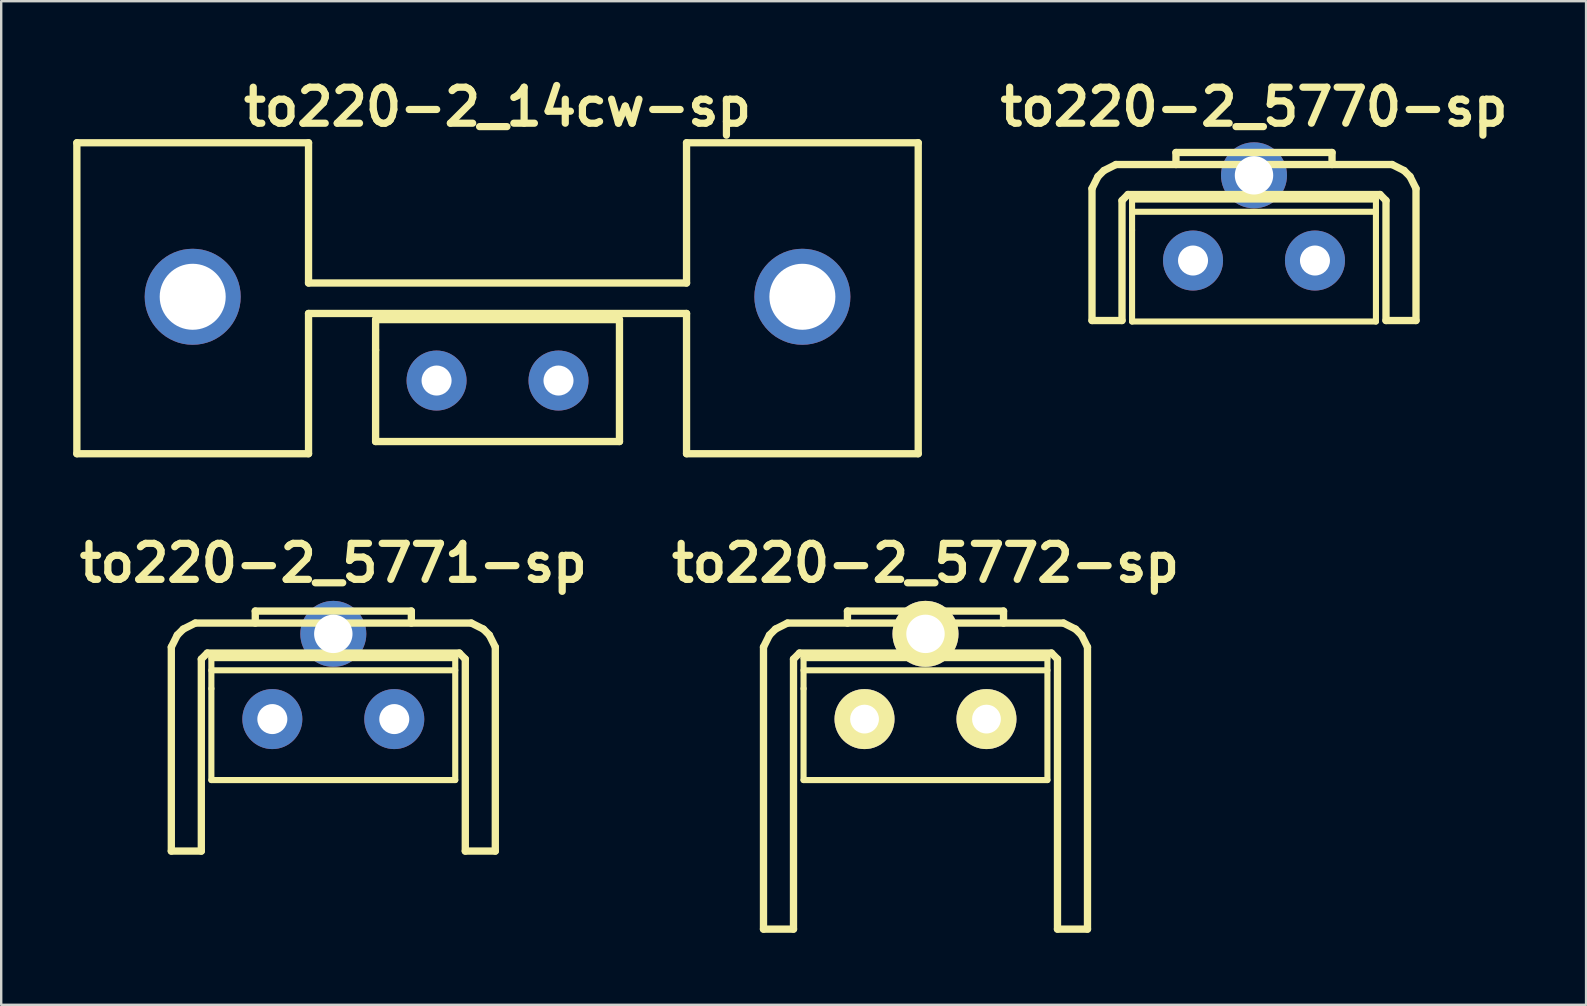
<source format=kicad_pcb>
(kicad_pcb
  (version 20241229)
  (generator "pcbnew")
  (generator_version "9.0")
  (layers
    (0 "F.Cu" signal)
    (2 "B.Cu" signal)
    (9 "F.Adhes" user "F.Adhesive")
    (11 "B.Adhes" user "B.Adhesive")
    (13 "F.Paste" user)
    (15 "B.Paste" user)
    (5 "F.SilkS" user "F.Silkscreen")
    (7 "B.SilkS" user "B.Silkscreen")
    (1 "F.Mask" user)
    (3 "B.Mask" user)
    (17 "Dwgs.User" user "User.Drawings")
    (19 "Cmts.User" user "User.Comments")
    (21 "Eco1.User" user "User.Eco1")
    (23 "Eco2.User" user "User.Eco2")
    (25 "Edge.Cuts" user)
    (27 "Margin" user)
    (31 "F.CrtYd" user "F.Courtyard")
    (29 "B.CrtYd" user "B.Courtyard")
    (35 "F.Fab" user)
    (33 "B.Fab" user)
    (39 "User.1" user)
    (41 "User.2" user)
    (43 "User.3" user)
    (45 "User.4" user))
  (footprint "to220-2_5770-sp"
    (layer "F.Cu")
    (at 49.193 7.804)
    (property "Reference" "to220-2_5770-sp" (at 0 -6.4 0) (layer "F.SilkS") (effects (font (size 1.5 1.5) (thickness 0.3))))
    (attr through_hole)
    (fp_line (start -6.749 -3) (end -6.5 -3.5) (stroke (width 0.305) (type solid)) (layer "F.SilkS"))
    (fp_line (start -6.749 2.499) (end -6.749 -3) (stroke (width 0.305) (type solid)) (layer "F.SilkS"))
    (fp_line (start -6.5 -3.5) (end -6.251 -3.749) (stroke (width 0.305) (type solid)) (layer "F.SilkS"))
    (fp_line (start -6.251 -3.749) (end -5.751 -4) (stroke (width 0.305) (type solid)) (layer "F.SilkS"))
    (fp_line (start -5.499 -2.499) (end -5.499 2.499) (stroke (width 0.305) (type solid)) (layer "F.SilkS"))
    (fp_line (start -5.499 -2.499) (end -5.25 -2.751) (stroke (width 0.305) (type solid)) (layer "F.SilkS"))
    (fp_line (start -5.499 2.499) (end -6.749 2.499) (stroke (width 0.305) (type solid)) (layer "F.SilkS"))
    (fp_line (start -5.25 -2.751) (end 5.25 -2.751) (stroke (width 0.305) (type solid)) (layer "F.SilkS"))
    (fp_line (start -5.08 -2.54) (end -5.08 -1.27) (stroke (width 0.254) (type solid)) (layer "F.SilkS"))
    (fp_line (start -5.08 -2.032) (end 5.08 -2.032) (stroke (width 0.254) (type solid)) (layer "F.SilkS"))
    (fp_line (start -5.08 -1.27) (end -5.08 2.54) (stroke (width 0.254) (type solid)) (layer "F.SilkS"))
    (fp_line (start -5.08 2.54) (end 5.08 2.54) (stroke (width 0.254) (type solid)) (layer "F.SilkS"))
    (fp_line (start -3.251 -4.501) (end 3.251 -4.501) (stroke (width 0.305) (type solid)) (layer "F.SilkS"))
    (fp_line (start -3.251 -4) (end -3.251 -4.501) (stroke (width 0.305) (type solid)) (layer "F.SilkS"))
    (fp_line (start 3.251 -4.501) (end 3.251 -4) (stroke (width 0.305) (type solid)) (layer "F.SilkS"))
    (fp_line (start 5.08 -2.54) (end -5.08 -2.54) (stroke (width 0.254) (type solid)) (layer "F.SilkS"))
    (fp_line (start 5.08 2.54) (end 5.08 -2.54) (stroke (width 0.254) (type solid)) (layer "F.SilkS"))
    (fp_line (start 5.25 -2.751) (end 5.499 -2.499) (stroke (width 0.305) (type solid)) (layer "F.SilkS"))
    (fp_line (start 5.499 2.499) (end 5.499 -2.499) (stroke (width 0.305) (type solid)) (layer "F.SilkS"))
    (fp_line (start 5.751 -4) (end -5.751 -4) (stroke (width 0.305) (type solid)) (layer "F.SilkS"))
    (fp_line (start 5.751 -4) (end 6.251 -3.749) (stroke (width 0.305) (type solid)) (layer "F.SilkS"))
    (fp_line (start 6.251 -3.749) (end 6.5 -3.5) (stroke (width 0.305) (type solid)) (layer "F.SilkS"))
    (fp_line (start 6.5 -3.5) (end 6.749 -3) (stroke (width 0.305) (type solid)) (layer "F.SilkS"))
    (fp_line (start 6.749 -3) (end 6.749 2.499) (stroke (width 0.305) (type solid)) (layer "F.SilkS"))
    (fp_line (start 6.749 2.499) (end 5.499 2.499) (stroke (width 0.305) (type solid)) (layer "F.SilkS"))
    (pad "" thru_hole circle (at 0 -3.55) (size 2.75 2.75) (drill 1.6) (layers "*.Cu" "*.Mask"))
    (pad "1" thru_hole circle (at -2.54 0) (size 2.5 2.5) (drill 1.25) (layers "*.Cu" "*.Mask"))
    (pad "2" thru_hole circle (at 2.54 0) (size 2.5 2.5) (drill 1.25) (layers "*.Cu" "*.Mask")))
  (footprint "to220-2_5772-sp"
    (layer "F.Cu")
    (at 35.507 26.908)
    (property "Reference" "to220-2_5772-sp" (at 0 -6.5 0) (layer "F.SilkS") (effects (font (size 1.5 1.5) (thickness 0.3))))
    (attr through_hole)
    (fp_line (start -6.749 -3) (end -6.749 8.75) (stroke (width 0.305) (type solid)) (layer "F.SilkS"))
    (fp_line (start -6.749 -3) (end -6.5 -3.5) (stroke (width 0.305) (type solid)) (layer "F.SilkS"))
    (fp_line (start -6.5 -3.5) (end -6.251 -3.749) (stroke (width 0.305) (type solid)) (layer "F.SilkS"))
    (fp_line (start -6.251 -3.749) (end -5.751 -4) (stroke (width 0.305) (type solid)) (layer "F.SilkS"))
    (fp_line (start -5.499 -2.499) (end -5.25 -2.751) (stroke (width 0.305) (type solid)) (layer "F.SilkS"))
    (fp_line (start -5.499 8.75) (end -6.749 8.75) (stroke (width 0.305) (type solid)) (layer "F.SilkS"))
    (fp_line (start -5.499 8.75) (end -5.499 -2.499) (stroke (width 0.305) (type solid)) (layer "F.SilkS"))
    (fp_line (start -5.25 -2.751) (end 5.25 -2.751) (stroke (width 0.305) (type solid)) (layer "F.SilkS"))
    (fp_line (start -5.08 -2.54) (end -5.08 -1.27) (stroke (width 0.254) (type solid)) (layer "F.SilkS"))
    (fp_line (start -5.08 -2.032) (end 5.08 -2.032) (stroke (width 0.254) (type solid)) (layer "F.SilkS"))
    (fp_line (start -5.08 -1.27) (end -5.08 2.54) (stroke (width 0.254) (type solid)) (layer "F.SilkS"))
    (fp_line (start -5.08 2.54) (end 5.08 2.54) (stroke (width 0.254) (type solid)) (layer "F.SilkS"))
    (fp_line (start -3.251 -4.501) (end 3.251 -4.501) (stroke (width 0.305) (type solid)) (layer "F.SilkS"))
    (fp_line (start -3.251 -4) (end -3.251 -4.501) (stroke (width 0.305) (type solid)) (layer "F.SilkS"))
    (fp_line (start 3.251 -4.501) (end 3.251 -4) (stroke (width 0.305) (type solid)) (layer "F.SilkS"))
    (fp_line (start 5.08 -2.54) (end -5.08 -2.54) (stroke (width 0.254) (type solid)) (layer "F.SilkS"))
    (fp_line (start 5.08 2.54) (end 5.08 -2.54) (stroke (width 0.254) (type solid)) (layer "F.SilkS"))
    (fp_line (start 5.25 -2.751) (end 5.499 -2.499) (stroke (width 0.305) (type solid)) (layer "F.SilkS"))
    (fp_line (start 5.499 -2.499) (end 5.499 8.75) (stroke (width 0.305) (type solid)) (layer "F.SilkS"))
    (fp_line (start 5.751 -4) (end -5.751 -4) (stroke (width 0.305) (type solid)) (layer "F.SilkS"))
    (fp_line (start 5.751 -4) (end 6.251 -3.749) (stroke (width 0.305) (type solid)) (layer "F.SilkS"))
    (fp_line (start 6.251 -3.749) (end 6.5 -3.5) (stroke (width 0.305) (type solid)) (layer "F.SilkS"))
    (fp_line (start 6.5 -3.5) (end 6.749 -3) (stroke (width 0.305) (type solid)) (layer "F.SilkS"))
    (fp_line (start 6.749 -3) (end 6.749 8.75) (stroke (width 0.305) (type solid)) (layer "F.SilkS"))
    (fp_line (start 6.749 8.75) (end 5.499 8.75) (stroke (width 0.305) (type solid)) (layer "F.SilkS"))
    (pad "" thru_hole circle (at 0 -3.55) (size 2.75 2.75) (drill 1.6) (layers "*.Cu" "*.Mask" "F.SilkS"))
    (pad "1" thru_hole circle (at -2.54 0) (size 2.5 2.5) (drill 1.2) (layers "*.Cu" "*.Mask" "F.SilkS"))
    (pad "2" thru_hole circle (at 2.54 0) (size 2.5 2.5) (drill 1.2) (layers "*.Cu" "*.Mask" "F.SilkS")))
  (footprint "to220-2_5771-sp"
    (layer "F.Cu")
    (at 10.836 26.908)
    (property "Reference" "to220-2_5771-sp" (at 0 -6.5 0) (layer "F.SilkS") (effects (font (size 1.5 1.5) (thickness 0.3))))
    (attr through_hole)
    (fp_line (start -6.749 -3) (end -6.749 5.499) (stroke (width 0.305) (type solid)) (layer "F.SilkS"))
    (fp_line (start -6.749 -3) (end -6.5 -3.5) (stroke (width 0.305) (type solid)) (layer "F.SilkS"))
    (fp_line (start -6.5 -3.5) (end -6.251 -3.749) (stroke (width 0.305) (type solid)) (layer "F.SilkS"))
    (fp_line (start -6.251 -3.749) (end -5.751 -4) (stroke (width 0.305) (type solid)) (layer "F.SilkS"))
    (fp_line (start -5.499 -2.499) (end -5.25 -2.751) (stroke (width 0.305) (type solid)) (layer "F.SilkS"))
    (fp_line (start -5.499 5.499) (end -6.749 5.499) (stroke (width 0.305) (type solid)) (layer "F.SilkS"))
    (fp_line (start -5.499 5.499) (end -5.499 -2.499) (stroke (width 0.305) (type solid)) (layer "F.SilkS"))
    (fp_line (start -5.25 -2.751) (end 5.25 -2.751) (stroke (width 0.305) (type solid)) (layer "F.SilkS"))
    (fp_line (start -5.08 -2.54) (end -5.08 -1.27) (stroke (width 0.254) (type solid)) (layer "F.SilkS"))
    (fp_line (start -5.08 -2.032) (end 5.08 -2.032) (stroke (width 0.254) (type solid)) (layer "F.SilkS"))
    (fp_line (start -5.08 -1.27) (end -5.08 2.54) (stroke (width 0.254) (type solid)) (layer "F.SilkS"))
    (fp_line (start -5.08 2.54) (end 5.08 2.54) (stroke (width 0.254) (type solid)) (layer "F.SilkS"))
    (fp_line (start -3.251 -4.501) (end 3.251 -4.501) (stroke (width 0.305) (type solid)) (layer "F.SilkS"))
    (fp_line (start -3.251 -4) (end -3.251 -4.501) (stroke (width 0.305) (type solid)) (layer "F.SilkS"))
    (fp_line (start 3.251 -4.501) (end 3.251 -4) (stroke (width 0.305) (type solid)) (layer "F.SilkS"))
    (fp_line (start 5.08 -2.54) (end -5.08 -2.54) (stroke (width 0.254) (type solid)) (layer "F.SilkS"))
    (fp_line (start 5.08 2.54) (end 5.08 -2.54) (stroke (width 0.254) (type solid)) (layer "F.SilkS"))
    (fp_line (start 5.25 -2.751) (end 5.499 -2.499) (stroke (width 0.305) (type solid)) (layer "F.SilkS"))
    (fp_line (start 5.499 5.499) (end 5.499 -2.499) (stroke (width 0.305) (type solid)) (layer "F.SilkS"))
    (fp_line (start 5.751 -4) (end -5.751 -4) (stroke (width 0.305) (type solid)) (layer "F.SilkS"))
    (fp_line (start 5.751 -4) (end 6.251 -3.749) (stroke (width 0.305) (type solid)) (layer "F.SilkS"))
    (fp_line (start 6.251 -3.749) (end 6.5 -3.5) (stroke (width 0.305) (type solid)) (layer "F.SilkS"))
    (fp_line (start 6.5 -3.5) (end 6.749 -3) (stroke (width 0.305) (type solid)) (layer "F.SilkS"))
    (fp_line (start 6.749 -3) (end 6.749 5.499) (stroke (width 0.305) (type solid)) (layer "F.SilkS"))
    (fp_line (start 6.749 5.499) (end 5.499 5.499) (stroke (width 0.305) (type solid)) (layer "F.SilkS"))
    (pad "" thru_hole circle (at 0 -3.55) (size 2.75 2.75) (drill 1.6) (layers "*.Cu" "*.Mask"))
    (pad "1" thru_hole circle (at -2.54 0) (size 2.5 2.5) (drill 1.25) (layers "*.Cu" "*.Mask"))
    (pad "2" thru_hole circle (at 2.54 0) (size 2.5 2.5) (drill 1.25) (layers "*.Cu" "*.Mask")))
  (footprint "to220-2_14cw-sp"
    (layer "F.Cu")
    (at 17.678 12.804)
    (property "Reference" "to220-2_14cw-sp" (at 0 -11.4 0) (layer "F.SilkS") (effects (font (size 1.5 1.5) (thickness 0.3))))
    (attr through_hole)
    (fp_line (start -17.526 -9.906) (end -17.526 3.048) (stroke (width 0.305) (type solid)) (layer "F.SilkS"))
    (fp_line (start -17.526 3.048) (end -7.874 3.048) (stroke (width 0.305) (type solid)) (layer "F.SilkS"))
    (fp_line (start -7.874 -9.906) (end -17.526 -9.906) (stroke (width 0.305) (type solid)) (layer "F.SilkS"))
    (fp_line (start -7.874 -9.906) (end -7.874 -4.064) (stroke (width 0.305) (type solid)) (layer "F.SilkS"))
    (fp_line (start -7.874 -2.794) (end -7.874 3.048) (stroke (width 0.305) (type solid)) (layer "F.SilkS"))
    (fp_line (start -7.874 -2.794) (end 7.874 -2.794) (stroke (width 0.305) (type solid)) (layer "F.SilkS"))
    (fp_line (start -5.08 -2.54) (end -5.08 -1.27) (stroke (width 0.305) (type solid)) (layer "F.SilkS"))
    (fp_line (start -5.08 -1.27) (end -5.08 2.54) (stroke (width 0.305) (type solid)) (layer "F.SilkS"))
    (fp_line (start -5.08 2.54) (end 5.08 2.54) (stroke (width 0.305) (type solid)) (layer "F.SilkS"))
    (fp_line (start 5.08 -2.54) (end -5.08 -2.54) (stroke (width 0.305) (type solid)) (layer "F.SilkS"))
    (fp_line (start 5.08 2.54) (end 5.08 -2.54) (stroke (width 0.305) (type solid)) (layer "F.SilkS"))
    (fp_line (start 7.874 -9.906) (end 7.874 -4.064) (stroke (width 0.305) (type solid)) (layer "F.SilkS"))
    (fp_line (start 7.874 -4.064) (end -7.874 -4.064) (stroke (width 0.305) (type solid)) (layer "F.SilkS"))
    (fp_line (start 7.874 3.048) (end 7.874 -2.794) (stroke (width 0.305) (type solid)) (layer "F.SilkS"))
    (fp_line (start 7.874 3.048) (end 17.526 3.048) (stroke (width 0.305) (type solid)) (layer "F.SilkS"))
    (fp_line (start 17.526 -9.906) (end 7.874 -9.906) (stroke (width 0.305) (type solid)) (layer "F.SilkS"))
    (fp_line (start 17.526 -9.906) (end 17.526 3.048) (stroke (width 0.305) (type solid)) (layer "F.SilkS"))
    (pad "" thru_hole circle (at -12.7 -3.49) (size 4 4) (drill 2.75) (layers "*.Cu" "*.Mask"))
    (pad "" thru_hole circle (at 12.7 -3.49) (size 4 4) (drill 2.75) (layers "*.Cu" "*.Mask"))
    (pad "1" thru_hole circle (at -2.54 0) (size 2.5 2.5) (drill 1.25) (layers "*.Cu" "*.Mask"))
    (pad "2" thru_hole circle (at 2.54 0) (size 2.5 2.5) (drill 1.25) (layers "*.Cu" "*.Mask")))
  (gr_rect
    (start -3 -3)
    (end 63.028 38.811)
    (stroke (width 0.1) (type default))
    (fill no)
    (layer "Edge.Cuts")))
</source>
